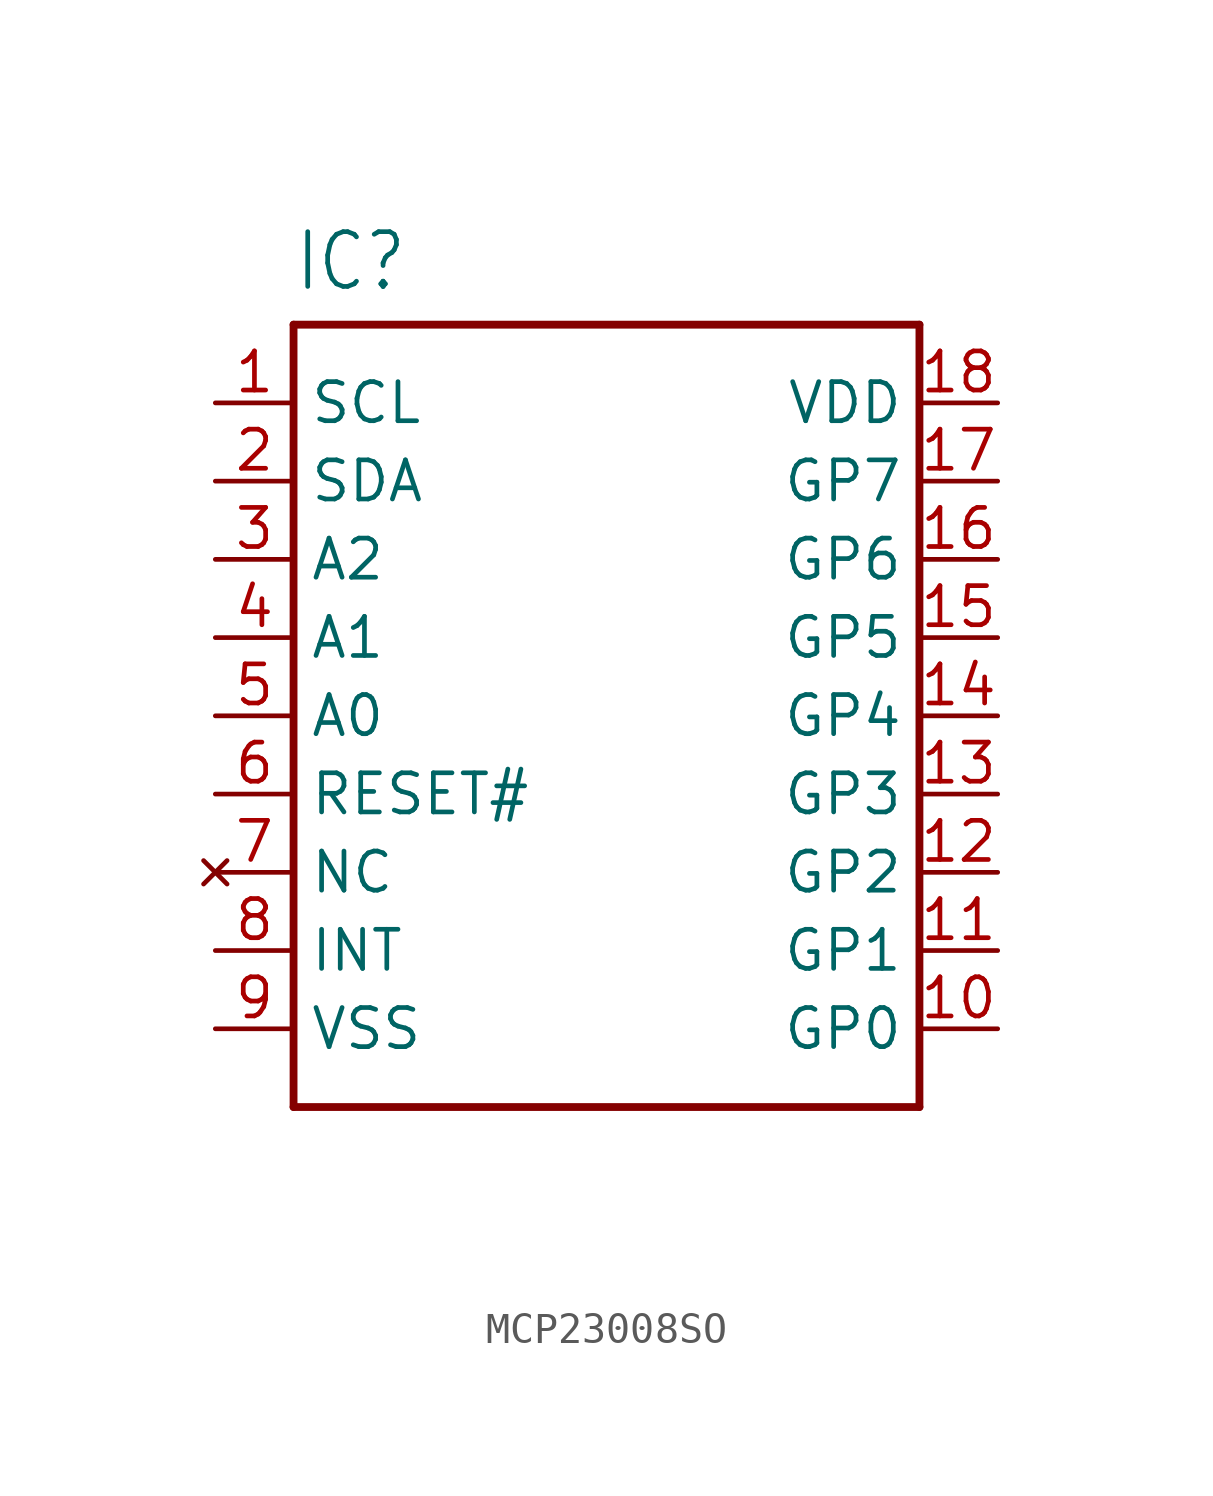
<source format=kicad_sym>
(kicad_symbol_lib
  (version 20220914)
  (generator kicad_symbol_editor)
  (symbol "MCP23008SO"
    (property "Reference" "IC"
      (at -10.16 13.716 0)
      (effects (font (size 1.778 1.511)) (justify left bottom)))
    (property "Value" ""
      (at -10.16 -15.748 0)
      (effects (font (size 1.778 1.511)) (justify left bottom)))
    (property "ki_locked" ""
      (at 0 0 0)
      (effects (font (size 1.27 1.27))))
    (symbol "MCP23008SO_1_0"
      (polyline (pts (xy -10.16 -12.7) (xy 10.16 -12.7)) (stroke (width 0.254) (type solid)) (fill (type none)))
      (polyline (pts (xy -10.16 12.7) (xy -10.16 -12.7)) (stroke (width 0.254) (type solid)) (fill (type none)))
      (polyline (pts (xy 10.16 -12.7) (xy 10.16 12.7)) (stroke (width 0.254) (type solid)) (fill (type none)))
      (polyline (pts (xy 10.16 12.7) (xy -10.16 12.7)) (stroke (width 0.254) (type solid)) (fill (type none)))
      (pin input line (at -12.7 10.16 0) (length 2.54) (name "SCL" (effects (font (size 1.27 1.27)))) (number "1" (effects (font (size 1.27 1.27)))))
      (pin bidirectional line (at 12.7 -10.16 180) (length 2.54) (name "GP0" (effects (font (size 1.27 1.27)))) (number "10" (effects (font (size 1.27 1.27)))))
      (pin bidirectional line (at 12.7 -7.62 180) (length 2.54) (name "GP1" (effects (font (size 1.27 1.27)))) (number "11" (effects (font (size 1.27 1.27)))))
      (pin bidirectional line (at 12.7 -5.08 180) (length 2.54) (name "GP2" (effects (font (size 1.27 1.27)))) (number "12" (effects (font (size 1.27 1.27)))))
      (pin bidirectional line (at 12.7 -2.54 180) (length 2.54) (name "GP3" (effects (font (size 1.27 1.27)))) (number "13" (effects (font (size 1.27 1.27)))))
      (pin bidirectional line (at 12.7 0 180) (length 2.54) (name "GP4" (effects (font (size 1.27 1.27)))) (number "14" (effects (font (size 1.27 1.27)))))
      (pin bidirectional line (at 12.7 2.54 180) (length 2.54) (name "GP5" (effects (font (size 1.27 1.27)))) (number "15" (effects (font (size 1.27 1.27)))))
      (pin bidirectional line (at 12.7 5.08 180) (length 2.54) (name "GP6" (effects (font (size 1.27 1.27)))) (number "16" (effects (font (size 1.27 1.27)))))
      (pin bidirectional line (at 12.7 7.62 180) (length 2.54) (name "GP7" (effects (font (size 1.27 1.27)))) (number "17" (effects (font (size 1.27 1.27)))))
      (pin power_in line (at 12.7 10.16 180) (length 2.54) (name "VDD" (effects (font (size 1.27 1.27)))) (number "18" (effects (font (size 1.27 1.27)))))
      (pin bidirectional line (at -12.7 7.62 0) (length 2.54) (name "SDA" (effects (font (size 1.27 1.27)))) (number "2" (effects (font (size 1.27 1.27)))))
      (pin input line (at -12.7 5.08 0) (length 2.54) (name "A2" (effects (font (size 1.27 1.27)))) (number "3" (effects (font (size 1.27 1.27)))))
      (pin input line (at -12.7 2.54 0) (length 2.54) (name "A1" (effects (font (size 1.27 1.27)))) (number "4" (effects (font (size 1.27 1.27)))))
      (pin input line (at -12.7 0 0) (length 2.54) (name "A0" (effects (font (size 1.27 1.27)))) (number "5" (effects (font (size 1.27 1.27)))))
      (pin input line (at -12.7 -2.54 0) (length 2.54) (name "RESET#" (effects (font (size 1.27 1.27)))) (number "6" (effects (font (size 1.27 1.27)))))
      (pin no_connect line (at -12.7 -5.08 0) (length 2.54) (name "NC" (effects (font (size 1.27 1.27)))) (number "7" (effects (font (size 1.27 1.27)))))
      (pin output line (at -12.7 -7.62 0) (length 2.54) (name "INT" (effects (font (size 1.27 1.27)))) (number "8" (effects (font (size 1.27 1.27)))))
      (pin power_in line (at -12.7 -10.16 0) (length 2.54) (name "VSS" (effects (font (size 1.27 1.27)))) (number "9" (effects (font (size 1.27 1.27))))))))
</source>
